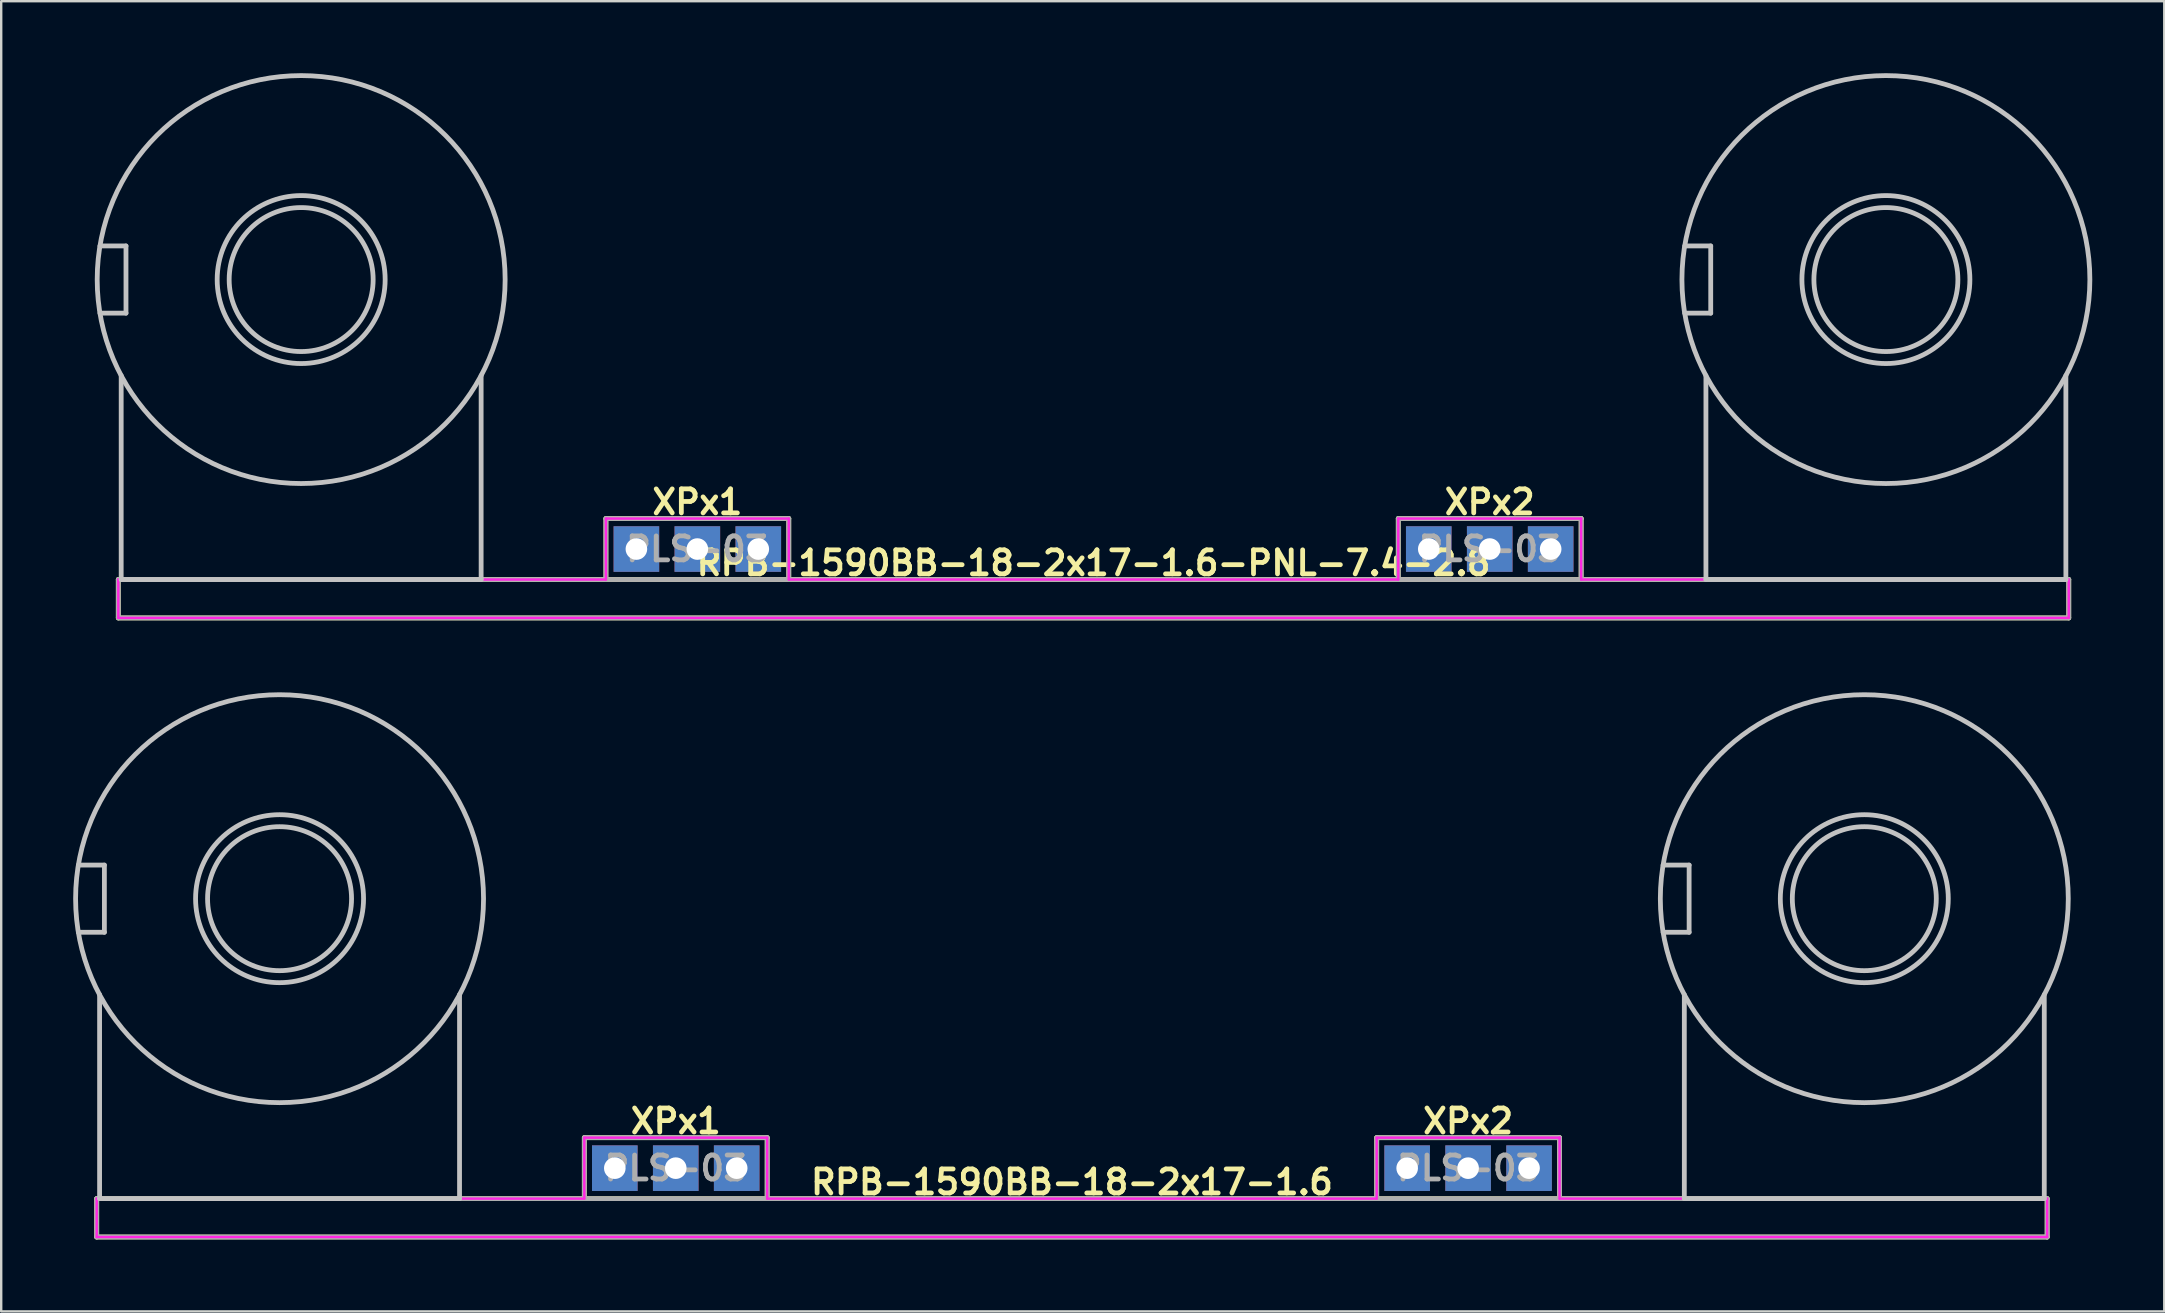
<source format=kicad_pcb>
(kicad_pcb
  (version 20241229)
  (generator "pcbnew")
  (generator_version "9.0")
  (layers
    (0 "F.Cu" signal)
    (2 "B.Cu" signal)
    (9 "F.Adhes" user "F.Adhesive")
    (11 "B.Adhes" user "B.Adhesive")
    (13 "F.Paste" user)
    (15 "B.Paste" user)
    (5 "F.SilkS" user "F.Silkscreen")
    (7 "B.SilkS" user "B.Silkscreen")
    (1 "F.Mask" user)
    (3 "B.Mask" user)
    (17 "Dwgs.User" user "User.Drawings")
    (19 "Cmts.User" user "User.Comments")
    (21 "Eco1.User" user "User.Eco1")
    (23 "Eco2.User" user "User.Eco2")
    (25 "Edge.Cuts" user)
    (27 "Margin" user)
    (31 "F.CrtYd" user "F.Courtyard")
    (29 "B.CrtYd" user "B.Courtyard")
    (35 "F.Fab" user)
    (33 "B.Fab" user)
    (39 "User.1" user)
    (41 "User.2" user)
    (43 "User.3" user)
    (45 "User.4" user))
  (footprint "RPB-1590BB-18-2x17-1.6"
    (layer "F.Cu")
    (at 41.62 34.4)
    (property "Reference" "RPB-1590BB-18-2x17-1.6" (at 0 11.811 0) (layer "F.SilkS") (effects (font (size 1 1) (thickness 0.2))))
    (attr through_hole)
    (fp_line (start -40.64 12.5) (end -40.64 14.1) (stroke (width 0.2) (type solid)) (layer "F.SilkS"))
    (fp_line (start -40.64 12.5) (end 40.64 12.5) (stroke (width 0.2) (type solid)) (layer "F.SilkS"))
    (fp_line (start -40.64 14.1) (end 40.64 14.1) (stroke (width 0.2) (type solid)) (layer "F.SilkS"))
    (fp_line (start -20.32 9.96) (end -20.32 12.5) (stroke (width 0.2) (type solid)) (layer "F.SilkS"))
    (fp_line (start -20.32 9.96) (end -12.7 9.96) (stroke (width 0.2) (type solid)) (layer "F.SilkS"))
    (fp_line (start -12.7 9.96) (end -12.7 12.5) (stroke (width 0.2) (type solid)) (layer "F.SilkS"))
    (fp_line (start 12.7 9.96) (end 12.7 12.5) (stroke (width 0.2) (type solid)) (layer "F.SilkS"))
    (fp_line (start 12.7 9.96) (end 20.32 9.96) (stroke (width 0.2) (type solid)) (layer "F.SilkS"))
    (fp_line (start 20.32 9.96) (end 20.32 12.5) (stroke (width 0.2) (type solid)) (layer "F.SilkS"))
    (fp_line (start 40.64 12.5) (end 40.64 14.1) (stroke (width 0.2) (type solid)) (layer "F.SilkS"))
    (fp_line (start -41.404 -1.4) (end -40.32 -1.4) (stroke (width 0.2) (type solid)) (layer "Dwgs.User"))
    (fp_line (start -41.404 1.4) (end -40.32 1.4) (stroke (width 0.2) (type solid)) (layer "Dwgs.User"))
    (fp_line (start -40.52 4) (end -40.52 12.5) (stroke (width 0.2) (type solid)) (layer "Dwgs.User"))
    (fp_line (start -40.52 12.5) (end -25.52 12.5) (stroke (width 0.2) (type solid)) (layer "Dwgs.User"))
    (fp_line (start -40.32 -1.4) (end -40.32 1.4) (stroke (width 0.2) (type solid)) (layer "Dwgs.User"))
    (fp_line (start -25.52 4) (end -25.52 12.5) (stroke (width 0.2) (type solid)) (layer "Dwgs.User"))
    (fp_line (start 24.636 -1.4) (end 25.72 -1.4) (stroke (width 0.2) (type solid)) (layer "Dwgs.User"))
    (fp_line (start 24.636 1.4) (end 25.72 1.4) (stroke (width 0.2) (type solid)) (layer "Dwgs.User"))
    (fp_line (start 25.52 4) (end 25.52 12.5) (stroke (width 0.2) (type solid)) (layer "Dwgs.User"))
    (fp_line (start 25.52 12.5) (end 40.52 12.5) (stroke (width 0.2) (type solid)) (layer "Dwgs.User"))
    (fp_line (start 25.72 -1.4) (end 25.72 1.4) (stroke (width 0.2) (type solid)) (layer "Dwgs.User"))
    (fp_line (start 40.52 4) (end 40.52 12.5) (stroke (width 0.2) (type solid)) (layer "Dwgs.User"))
    (fp_circle (center -33.02 0) (end -30.02 0) (stroke (width 0.2) (type solid)) (fill no) (layer "Dwgs.User"))
    (fp_circle (center -33.02 0) (end -29.52 0) (stroke (width 0.2) (type solid)) (fill no) (layer "Dwgs.User"))
    (fp_circle (center -33.02 0) (end -24.52 0) (stroke (width 0.2) (type solid)) (fill no) (layer "Dwgs.User"))
    (fp_circle (center 33.02 0) (end 36.02 0) (stroke (width 0.2) (type solid)) (fill no) (layer "Dwgs.User"))
    (fp_circle (center 33.02 0) (end 36.52 0) (stroke (width 0.2) (type solid)) (fill no) (layer "Dwgs.User"))
    (fp_circle (center 33.02 0) (end 41.52 0) (stroke (width 0.2) (type solid)) (fill no) (layer "Dwgs.User"))
    (fp_line (start -40.64 12.5) (end -40.64 14.1) (stroke (width 0.1) (type solid)) (layer "F.CrtYd"))
    (fp_line (start -40.64 12.5) (end -20.32 12.5) (stroke (width 0.1) (type solid)) (layer "F.CrtYd"))
    (fp_line (start -40.64 14.1) (end 40.64 14.1) (stroke (width 0.1) (type solid)) (layer "F.CrtYd"))
    (fp_line (start -20.32 9.96) (end -20.32 12.5) (stroke (width 0.1) (type solid)) (layer "F.CrtYd"))
    (fp_line (start -20.32 9.96) (end -12.7 9.96) (stroke (width 0.1) (type solid)) (layer "F.CrtYd"))
    (fp_line (start -12.7 9.96) (end -12.7 12.5) (stroke (width 0.1) (type solid)) (layer "F.CrtYd"))
    (fp_line (start -12.7 12.5) (end 12.7 12.5) (stroke (width 0.1) (type solid)) (layer "F.CrtYd"))
    (fp_line (start 12.7 9.96) (end 12.7 12.5) (stroke (width 0.1) (type solid)) (layer "F.CrtYd"))
    (fp_line (start 12.7 9.96) (end 20.32 9.96) (stroke (width 0.1) (type solid)) (layer "F.CrtYd"))
    (fp_line (start 20.32 9.96) (end 20.32 12.5) (stroke (width 0.1) (type solid)) (layer "F.CrtYd"))
    (fp_line (start 20.32 12.5) (end 40.64 12.5) (stroke (width 0.1) (type solid)) (layer "F.CrtYd"))
    (fp_line (start 40.64 12.5) (end 40.64 14.1) (stroke (width 0.1) (type solid)) (layer "F.CrtYd"))
    (fp_line (start -40.64 12.5) (end -40.64 14.1) (stroke (width 0.2) (type solid)) (layer "F.Fab"))
    (fp_line (start -40.64 12.5) (end 40.64 12.5) (stroke (width 0.2) (type solid)) (layer "F.Fab"))
    (fp_line (start -40.64 14.1) (end 40.64 14.1) (stroke (width 0.2) (type solid)) (layer "F.Fab"))
    (fp_line (start -20.32 9.96) (end -20.32 12.5) (stroke (width 0.2) (type solid)) (layer "F.Fab"))
    (fp_line (start -20.32 9.96) (end -12.7 9.96) (stroke (width 0.2) (type solid)) (layer "F.Fab"))
    (fp_line (start -12.7 9.96) (end -12.7 12.5) (stroke (width 0.2) (type solid)) (layer "F.Fab"))
    (fp_line (start 12.7 9.96) (end 12.7 12.5) (stroke (width 0.2) (type solid)) (layer "F.Fab"))
    (fp_line (start 12.7 9.96) (end 20.32 9.96) (stroke (width 0.2) (type solid)) (layer "F.Fab"))
    (fp_line (start 20.32 9.96) (end 20.32 12.5) (stroke (width 0.2) (type solid)) (layer "F.Fab"))
    (fp_line (start 40.64 12.5) (end 40.64 14.1) (stroke (width 0.2) (type solid)) (layer "F.Fab"))
    (fp_text user "XPx2" (at 16.51 9.271 0) (layer "F.SilkS") (effects (font (size 1 1) (thickness 0.2))))
    (fp_text user "XPx1" (at -16.51 9.271 0) (layer "F.SilkS") (effects (font (size 1 1) (thickness 0.2))))
    (fp_text user "PLS-03" (at 16.51 11.23 0) (layer "F.Fab") (effects (font (size 1 1) (thickness 0.2))))
    (fp_text user "PLS-03" (at -16.51 11.23 0) (layer "F.Fab") (effects (font (size 1 1) (thickness 0.2))))
    (pad "11" thru_hole rect (at -13.97 11.23) (size 1.9 1.9) (drill 0.9) (layers "*.Cu" "*.Mask"))
    (pad "12" thru_hole rect (at -16.51 11.23) (size 1.9 1.9) (drill 0.9) (layers "*.Cu" "*.Mask"))
    (pad "13" thru_hole rect (at -19.05 11.23) (size 1.9 1.9) (drill 0.9) (layers "*.Cu" "*.Mask"))
    (pad "31" thru_hole rect (at 19.05 11.23) (size 1.9 1.9) (drill 0.9) (layers "*.Cu" "*.Mask"))
    (pad "32" thru_hole rect (at 16.51 11.23) (size 1.9 1.9) (drill 0.9) (layers "*.Cu" "*.Mask"))
    (pad "33" thru_hole rect (at 13.97 11.23) (size 1.9 1.9) (drill 0.9) (layers "*.Cu" "*.Mask")))
  (footprint "RPB-1590BB-18-2x17-1.6-PNL-7.4-2.8"
    (layer "F.Cu")
    (at 42.52 8.6)
    (property "Reference" "RPB-1590BB-18-2x17-1.6-PNL-7.4-2.8" (at 0 11.811 0) (layer "F.SilkS") (effects (font (size 1 1) (thickness 0.2))))
    (attr through_hole)
    (fp_line (start -40.64 12.5) (end -40.64 14.1) (stroke (width 0.2) (type solid)) (layer "F.SilkS"))
    (fp_line (start -40.64 12.5) (end 40.64 12.5) (stroke (width 0.2) (type solid)) (layer "F.SilkS"))
    (fp_line (start -40.64 14.1) (end 40.64 14.1) (stroke (width 0.2) (type solid)) (layer "F.SilkS"))
    (fp_line (start -20.32 9.96) (end -20.32 12.5) (stroke (width 0.2) (type solid)) (layer "F.SilkS"))
    (fp_line (start -20.32 9.96) (end -12.7 9.96) (stroke (width 0.2) (type solid)) (layer "F.SilkS"))
    (fp_line (start -12.7 9.96) (end -12.7 12.5) (stroke (width 0.2) (type solid)) (layer "F.SilkS"))
    (fp_line (start 12.7 9.96) (end 12.7 12.5) (stroke (width 0.2) (type solid)) (layer "F.SilkS"))
    (fp_line (start 12.7 9.96) (end 20.32 9.96) (stroke (width 0.2) (type solid)) (layer "F.SilkS"))
    (fp_line (start 20.32 9.96) (end 20.32 12.5) (stroke (width 0.2) (type solid)) (layer "F.SilkS"))
    (fp_line (start 40.64 12.5) (end 40.64 14.1) (stroke (width 0.2) (type solid)) (layer "F.SilkS"))
    (fp_line (start -41.404 -1.4) (end -40.32 -1.4) (stroke (width 0.2) (type solid)) (layer "Dwgs.User"))
    (fp_line (start -41.404 1.4) (end -40.32 1.4) (stroke (width 0.2) (type solid)) (layer "Dwgs.User"))
    (fp_line (start -40.52 4) (end -40.52 12.5) (stroke (width 0.2) (type solid)) (layer "Dwgs.User"))
    (fp_line (start -40.52 12.5) (end -25.52 12.5) (stroke (width 0.2) (type solid)) (layer "Dwgs.User"))
    (fp_line (start -40.32 -1.4) (end -40.32 1.4) (stroke (width 0.2) (type solid)) (layer "Dwgs.User"))
    (fp_line (start -25.52 4) (end -25.52 12.5) (stroke (width 0.2) (type solid)) (layer "Dwgs.User"))
    (fp_line (start 24.636 -1.4) (end 25.72 -1.4) (stroke (width 0.2) (type solid)) (layer "Dwgs.User"))
    (fp_line (start 24.636 1.4) (end 25.72 1.4) (stroke (width 0.2) (type solid)) (layer "Dwgs.User"))
    (fp_line (start 25.52 4) (end 25.52 12.5) (stroke (width 0.2) (type solid)) (layer "Dwgs.User"))
    (fp_line (start 25.52 12.5) (end 40.52 12.5) (stroke (width 0.2) (type solid)) (layer "Dwgs.User"))
    (fp_line (start 25.72 -1.4) (end 25.72 1.4) (stroke (width 0.2) (type solid)) (layer "Dwgs.User"))
    (fp_line (start 40.52 4) (end 40.52 12.5) (stroke (width 0.2) (type solid)) (layer "Dwgs.User"))
    (fp_circle (center -33.02 0) (end -30.02 0) (stroke (width 0.2) (type solid)) (fill no) (layer "Dwgs.User"))
    (fp_circle (center -33.02 0) (end -29.52 0) (stroke (width 0.2) (type solid)) (fill no) (layer "Dwgs.User"))
    (fp_circle (center -33.02 0) (end -24.52 0) (stroke (width 0.2) (type solid)) (fill no) (layer "Dwgs.User"))
    (fp_circle (center 33.02 0) (end 36.02 0) (stroke (width 0.2) (type solid)) (fill no) (layer "Dwgs.User"))
    (fp_circle (center 33.02 0) (end 36.52 0) (stroke (width 0.2) (type solid)) (fill no) (layer "Dwgs.User"))
    (fp_circle (center 33.02 0) (end 41.52 0) (stroke (width 0.2) (type solid)) (fill no) (layer "Dwgs.User"))
    (fp_circle (center -40.92 0) (end -39.52 0) (stroke (width 0.4) (type solid)) (fill no) (layer "Eco1.User"))
    (fp_circle (center -33.02 0) (end -29.32 0) (stroke (width 0.4) (type solid)) (fill no) (layer "Eco1.User"))
    (fp_circle (center 25.12 0) (end 26.52 0) (stroke (width 0.4) (type solid)) (fill no) (layer "Eco1.User"))
    (fp_circle (center 33.02 0) (end 36.72 0) (stroke (width 0.4) (type solid)) (fill no) (layer "Eco1.User"))
    (fp_line (start -40.64 12.5) (end -40.64 14.1) (stroke (width 0.1) (type solid)) (layer "F.CrtYd"))
    (fp_line (start -40.64 12.5) (end -20.32 12.5) (stroke (width 0.1) (type solid)) (layer "F.CrtYd"))
    (fp_line (start -40.64 14.1) (end 40.64 14.1) (stroke (width 0.1) (type solid)) (layer "F.CrtYd"))
    (fp_line (start -20.32 9.96) (end -20.32 12.5) (stroke (width 0.1) (type solid)) (layer "F.CrtYd"))
    (fp_line (start -20.32 9.96) (end -12.7 9.96) (stroke (width 0.1) (type solid)) (layer "F.CrtYd"))
    (fp_line (start -12.7 9.96) (end -12.7 12.5) (stroke (width 0.1) (type solid)) (layer "F.CrtYd"))
    (fp_line (start -12.7 12.5) (end 12.7 12.5) (stroke (width 0.1) (type solid)) (layer "F.CrtYd"))
    (fp_line (start 12.7 9.96) (end 12.7 12.5) (stroke (width 0.1) (type solid)) (layer "F.CrtYd"))
    (fp_line (start 12.7 9.96) (end 20.32 9.96) (stroke (width 0.1) (type solid)) (layer "F.CrtYd"))
    (fp_line (start 20.32 9.96) (end 20.32 12.5) (stroke (width 0.1) (type solid)) (layer "F.CrtYd"))
    (fp_line (start 20.32 12.5) (end 40.64 12.5) (stroke (width 0.1) (type solid)) (layer "F.CrtYd"))
    (fp_line (start 40.64 12.5) (end 40.64 14.1) (stroke (width 0.1) (type solid)) (layer "F.CrtYd"))
    (fp_line (start -40.64 12.5) (end -40.64 14.1) (stroke (width 0.2) (type solid)) (layer "F.Fab"))
    (fp_line (start -40.64 12.5) (end 40.64 12.5) (stroke (width 0.2) (type solid)) (layer "F.Fab"))
    (fp_line (start -40.64 14.1) (end 40.64 14.1) (stroke (width 0.2) (type solid)) (layer "F.Fab"))
    (fp_line (start -20.32 9.96) (end -20.32 12.5) (stroke (width 0.2) (type solid)) (layer "F.Fab"))
    (fp_line (start -20.32 9.96) (end -12.7 9.96) (stroke (width 0.2) (type solid)) (layer "F.Fab"))
    (fp_line (start -12.7 9.96) (end -12.7 12.5) (stroke (width 0.2) (type solid)) (layer "F.Fab"))
    (fp_line (start 12.7 9.96) (end 12.7 12.5) (stroke (width 0.2) (type solid)) (layer "F.Fab"))
    (fp_line (start 12.7 9.96) (end 20.32 9.96) (stroke (width 0.2) (type solid)) (layer "F.Fab"))
    (fp_line (start 20.32 9.96) (end 20.32 12.5) (stroke (width 0.2) (type solid)) (layer "F.Fab"))
    (fp_line (start 40.64 12.5) (end 40.64 14.1) (stroke (width 0.2) (type solid)) (layer "F.Fab"))
    (fp_text user "XPx1" (at -16.51 9.271 0) (layer "F.SilkS") (effects (font (size 1 1) (thickness 0.2))))
    (fp_text user "XPx2" (at 16.51 9.271 0) (layer "F.SilkS") (effects (font (size 1 1) (thickness 0.2))))
    (fp_text user "PLS-03" (at 16.51 11.23 0) (layer "F.Fab") (effects (font (size 1 1) (thickness 0.2))))
    (fp_text user "PLS-03" (at -16.51 11.23 0) (layer "F.Fab") (effects (font (size 1 1) (thickness 0.2))))
    (pad "11" thru_hole rect (at -13.97 11.23) (size 1.9 1.9) (drill 0.9) (layers "*.Cu" "*.Mask"))
    (pad "12" thru_hole rect (at -16.51 11.23) (size 1.9 1.9) (drill 0.9) (layers "*.Cu" "*.Mask"))
    (pad "13" thru_hole rect (at -19.05 11.23) (size 1.9 1.9) (drill 0.9) (layers "*.Cu" "*.Mask"))
    (pad "31" thru_hole rect (at 19.05 11.23) (size 1.9 1.9) (drill 0.9) (layers "*.Cu" "*.Mask"))
    (pad "32" thru_hole rect (at 16.51 11.23) (size 1.9 1.9) (drill 0.9) (layers "*.Cu" "*.Mask"))
    (pad "33" thru_hole rect (at 13.97 11.23) (size 1.9 1.9) (drill 0.9) (layers "*.Cu" "*.Mask")))
  (gr_rect
    (start -3 -3)
    (end 87.14 51.6)
    (stroke (width 0.1) (type default))
    (fill no)
    (layer "Edge.Cuts")))
</source>
